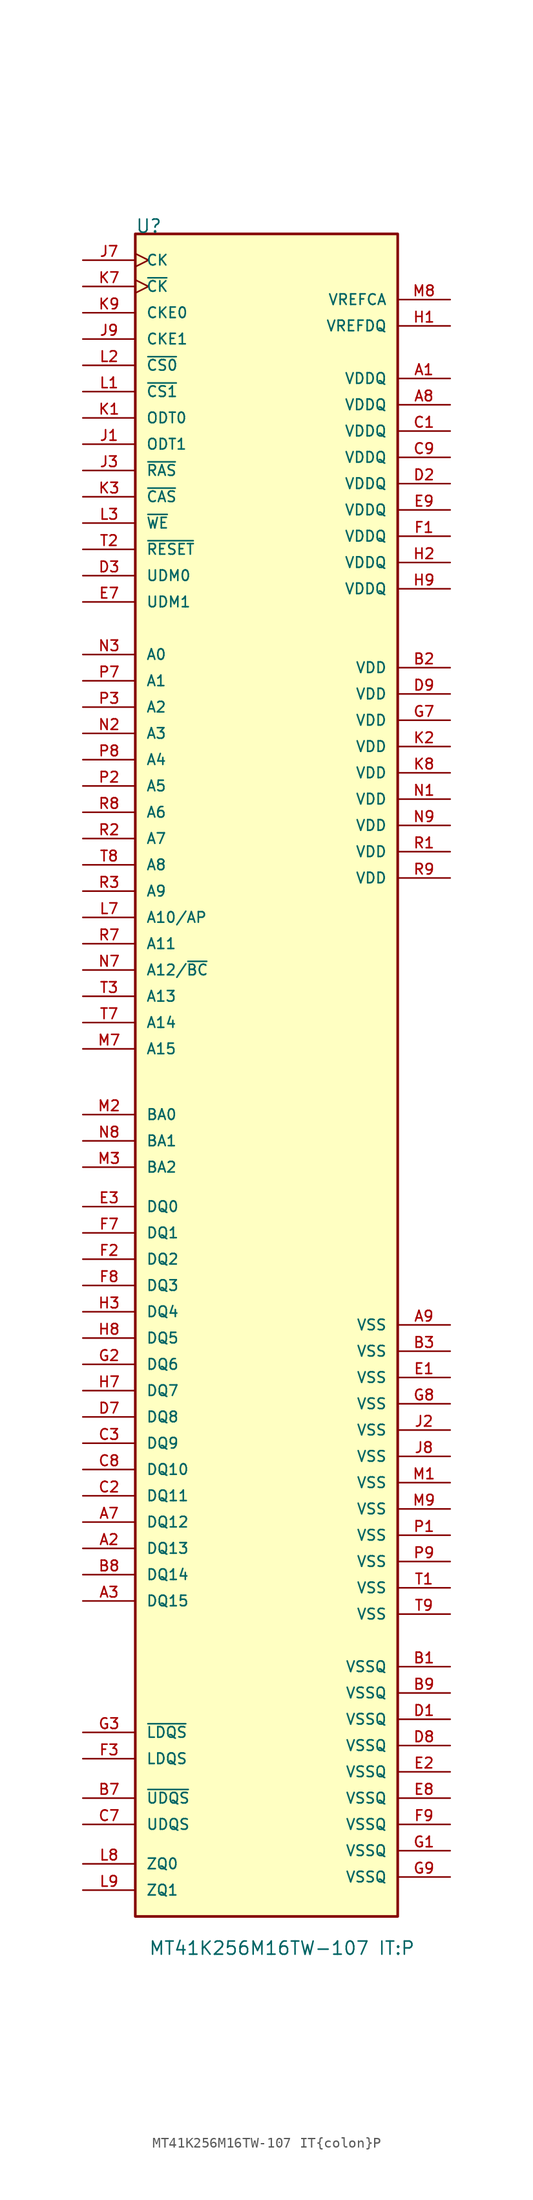
<source format=kicad_sym>
(kicad_symbol_lib
  (version 20211014)
  (generator kicad_symbol_editor)
  (symbol "MT41K256M16TW-107 IT{colon}P"
    (pin_names
      (offset 1.016))
    (property "Reference" "U"
      (at -12.7 59.69 0)
      (effects (font (size 1.27 1.27)) (justify left bottom)))
    (property "Value" "MT41K256M16TW-107 IT{colon}P"
      (at -11.43 -106.68 0)
      (effects (font (size 1.27 1.27)) (justify left bottom)))
    (symbol "MT41K256M16TW-107 IT{colon}P_0_0"
      (rectangle (start -12.7 59.69) (end 12.7 -102.87) (stroke (width 0.254) (type default) (color 0 0 0 0)) (fill (type background)))
      (pin power_in line (at 17.78 45.72 180) (length 5.08) (name "VDDQ" (effects (font (size 1.016 1.016)))) (number "A1" (effects (font (size 1.016 1.016)))))
      (pin bidirectional line (at -17.78 -67.31 0) (length 5.08) (name "DQ13" (effects (font (size 1.016 1.016)))) (number "A2" (effects (font (size 1.016 1.016)))))
      (pin bidirectional line (at -17.78 -72.39 0) (length 5.08) (name "DQ15" (effects (font (size 1.016 1.016)))) (number "A3" (effects (font (size 1.016 1.016)))))
      (pin bidirectional line (at -17.78 -64.77 0) (length 5.08) (name "DQ12" (effects (font (size 1.016 1.016)))) (number "A7" (effects (font (size 1.016 1.016)))))
      (pin power_in line (at 17.78 43.18 180) (length 5.08) (name "VDDQ" (effects (font (size 1.016 1.016)))) (number "A8" (effects (font (size 1.016 1.016)))))
      (pin power_in line (at 17.78 -45.72 180) (length 5.08) (name "VSS" (effects (font (size 1.016 1.016)))) (number "A9" (effects (font (size 1.016 1.016)))))
      (pin power_in line (at 17.78 -78.74 180) (length 5.08) (name "VSSQ" (effects (font (size 1.016 1.016)))) (number "B1" (effects (font (size 1.016 1.016)))))
      (pin power_in line (at 17.78 17.78 180) (length 5.08) (name "VDD" (effects (font (size 1.016 1.016)))) (number "B2" (effects (font (size 1.016 1.016)))))
      (pin power_in line (at 17.78 -48.26 180) (length 5.08) (name "VSS" (effects (font (size 1.016 1.016)))) (number "B3" (effects (font (size 1.016 1.016)))))
      (pin bidirectional line (at -17.78 -91.44 0) (length 5.08) (name "~{UDQS}" (effects (font (size 1.016 1.016)))) (number "B7" (effects (font (size 1.016 1.016)))))
      (pin bidirectional line (at -17.78 -69.85 0) (length 5.08) (name "DQ14" (effects (font (size 1.016 1.016)))) (number "B8" (effects (font (size 1.016 1.016)))))
      (pin power_in line (at 17.78 -81.28 180) (length 5.08) (name "VSSQ" (effects (font (size 1.016 1.016)))) (number "B9" (effects (font (size 1.016 1.016)))))
      (pin power_in line (at 17.78 40.64 180) (length 5.08) (name "VDDQ" (effects (font (size 1.016 1.016)))) (number "C1" (effects (font (size 1.016 1.016)))))
      (pin bidirectional line (at -17.78 -62.23 0) (length 5.08) (name "DQ11" (effects (font (size 1.016 1.016)))) (number "C2" (effects (font (size 1.016 1.016)))))
      (pin bidirectional line (at -17.78 -57.15 0) (length 5.08) (name "DQ9" (effects (font (size 1.016 1.016)))) (number "C3" (effects (font (size 1.016 1.016)))))
      (pin bidirectional line (at -17.78 -93.98 0) (length 5.08) (name "UDQS" (effects (font (size 1.016 1.016)))) (number "C7" (effects (font (size 1.016 1.016)))))
      (pin bidirectional line (at -17.78 -59.69 0) (length 5.08) (name "DQ10" (effects (font (size 1.016 1.016)))) (number "C8" (effects (font (size 1.016 1.016)))))
      (pin power_in line (at 17.78 38.1 180) (length 5.08) (name "VDDQ" (effects (font (size 1.016 1.016)))) (number "C9" (effects (font (size 1.016 1.016)))))
      (pin power_in line (at 17.78 -83.82 180) (length 5.08) (name "VSSQ" (effects (font (size 1.016 1.016)))) (number "D1" (effects (font (size 1.016 1.016)))))
      (pin power_in line (at 17.78 35.56 180) (length 5.08) (name "VDDQ" (effects (font (size 1.016 1.016)))) (number "D2" (effects (font (size 1.016 1.016)))))
      (pin input line (at -17.78 26.67 0) (length 5.08) (name "UDM0" (effects (font (size 1.016 1.016)))) (number "D3" (effects (font (size 1.016 1.016)))))
      (pin bidirectional line (at -17.78 -54.61 0) (length 5.08) (name "DQ8" (effects (font (size 1.016 1.016)))) (number "D7" (effects (font (size 1.016 1.016)))))
      (pin power_in line (at 17.78 -86.36 180) (length 5.08) (name "VSSQ" (effects (font (size 1.016 1.016)))) (number "D8" (effects (font (size 1.016 1.016)))))
      (pin power_in line (at 17.78 15.24 180) (length 5.08) (name "VDD" (effects (font (size 1.016 1.016)))) (number "D9" (effects (font (size 1.016 1.016)))))
      (pin power_in line (at 17.78 -50.8 180) (length 5.08) (name "VSS" (effects (font (size 1.016 1.016)))) (number "E1" (effects (font (size 1.016 1.016)))))
      (pin power_in line (at 17.78 -88.9 180) (length 5.08) (name "VSSQ" (effects (font (size 1.016 1.016)))) (number "E2" (effects (font (size 1.016 1.016)))))
      (pin bidirectional line (at -17.78 -34.29 0) (length 5.08) (name "DQ0" (effects (font (size 1.016 1.016)))) (number "E3" (effects (font (size 1.016 1.016)))))
      (pin input line (at -17.78 24.13 0) (length 5.08) (name "UDM1" (effects (font (size 1.016 1.016)))) (number "E7" (effects (font (size 1.016 1.016)))))
      (pin power_in line (at 17.78 -91.44 180) (length 5.08) (name "VSSQ" (effects (font (size 1.016 1.016)))) (number "E8" (effects (font (size 1.016 1.016)))))
      (pin power_in line (at 17.78 33.02 180) (length 5.08) (name "VDDQ" (effects (font (size 1.016 1.016)))) (number "E9" (effects (font (size 1.016 1.016)))))
      (pin power_in line (at 17.78 30.48 180) (length 5.08) (name "VDDQ" (effects (font (size 1.016 1.016)))) (number "F1" (effects (font (size 1.016 1.016)))))
      (pin bidirectional line (at -17.78 -39.37 0) (length 5.08) (name "DQ2" (effects (font (size 1.016 1.016)))) (number "F2" (effects (font (size 1.016 1.016)))))
      (pin bidirectional line (at -17.78 -87.63 0) (length 5.08) (name "LDQS" (effects (font (size 1.016 1.016)))) (number "F3" (effects (font (size 1.016 1.016)))))
      (pin bidirectional line (at -17.78 -36.83 0) (length 5.08) (name "DQ1" (effects (font (size 1.016 1.016)))) (number "F7" (effects (font (size 1.016 1.016)))))
      (pin bidirectional line (at -17.78 -41.91 0) (length 5.08) (name "DQ3" (effects (font (size 1.016 1.016)))) (number "F8" (effects (font (size 1.016 1.016)))))
      (pin power_in line (at 17.78 -93.98 180) (length 5.08) (name "VSSQ" (effects (font (size 1.016 1.016)))) (number "F9" (effects (font (size 1.016 1.016)))))
      (pin power_in line (at 17.78 -96.52 180) (length 5.08) (name "VSSQ" (effects (font (size 1.016 1.016)))) (number "G1" (effects (font (size 1.016 1.016)))))
      (pin bidirectional line (at -17.78 -49.53 0) (length 5.08) (name "DQ6" (effects (font (size 1.016 1.016)))) (number "G2" (effects (font (size 1.016 1.016)))))
      (pin bidirectional line (at -17.78 -85.09 0) (length 5.08) (name "~{LDQS}" (effects (font (size 1.016 1.016)))) (number "G3" (effects (font (size 1.016 1.016)))))
      (pin power_in line (at 17.78 12.7 180) (length 5.08) (name "VDD" (effects (font (size 1.016 1.016)))) (number "G7" (effects (font (size 1.016 1.016)))))
      (pin power_in line (at 17.78 -53.34 180) (length 5.08) (name "VSS" (effects (font (size 1.016 1.016)))) (number "G8" (effects (font (size 1.016 1.016)))))
      (pin power_in line (at 17.78 -99.06 180) (length 5.08) (name "VSSQ" (effects (font (size 1.016 1.016)))) (number "G9" (effects (font (size 1.016 1.016)))))
      (pin power_in line (at 17.78 50.8 180) (length 5.08) (name "VREFDQ" (effects (font (size 1.016 1.016)))) (number "H1" (effects (font (size 1.016 1.016)))))
      (pin power_in line (at 17.78 27.94 180) (length 5.08) (name "VDDQ" (effects (font (size 1.016 1.016)))) (number "H2" (effects (font (size 1.016 1.016)))))
      (pin bidirectional line (at -17.78 -44.45 0) (length 5.08) (name "DQ4" (effects (font (size 1.016 1.016)))) (number "H3" (effects (font (size 1.016 1.016)))))
      (pin bidirectional line (at -17.78 -52.07 0) (length 5.08) (name "DQ7" (effects (font (size 1.016 1.016)))) (number "H7" (effects (font (size 1.016 1.016)))))
      (pin bidirectional line (at -17.78 -46.99 0) (length 5.08) (name "DQ5" (effects (font (size 1.016 1.016)))) (number "H8" (effects (font (size 1.016 1.016)))))
      (pin power_in line (at 17.78 25.4 180) (length 5.08) (name "VDDQ" (effects (font (size 1.016 1.016)))) (number "H9" (effects (font (size 1.016 1.016)))))
      (pin input line (at -17.78 39.37 0) (length 5.08) (name "ODT1" (effects (font (size 1.016 1.016)))) (number "J1" (effects (font (size 1.016 1.016)))))
      (pin power_in line (at 17.78 -55.88 180) (length 5.08) (name "VSS" (effects (font (size 1.016 1.016)))) (number "J2" (effects (font (size 1.016 1.016)))))
      (pin input line (at -17.78 36.83 0) (length 5.08) (name "~{RAS}" (effects (font (size 1.016 1.016)))) (number "J3" (effects (font (size 1.016 1.016)))))
      (pin input clock (at -17.78 57.15 0) (length 5.08) (name "CK" (effects (font (size 1.016 1.016)))) (number "J7" (effects (font (size 1.016 1.016)))))
      (pin power_in line (at 17.78 -58.42 180) (length 5.08) (name "VSS" (effects (font (size 1.016 1.016)))) (number "J8" (effects (font (size 1.016 1.016)))))
      (pin input line (at -17.78 49.53 0) (length 5.08) (name "CKE1" (effects (font (size 1.016 1.016)))) (number "J9" (effects (font (size 1.016 1.016)))))
      (pin input line (at -17.78 41.91 0) (length 5.08) (name "ODT0" (effects (font (size 1.016 1.016)))) (number "K1" (effects (font (size 1.016 1.016)))))
      (pin power_in line (at 17.78 10.16 180) (length 5.08) (name "VDD" (effects (font (size 1.016 1.016)))) (number "K2" (effects (font (size 1.016 1.016)))))
      (pin input line (at -17.78 34.29 0) (length 5.08) (name "~{CAS}" (effects (font (size 1.016 1.016)))) (number "K3" (effects (font (size 1.016 1.016)))))
      (pin input clock (at -17.78 54.61 0) (length 5.08) (name "~{CK}" (effects (font (size 1.016 1.016)))) (number "K7" (effects (font (size 1.016 1.016)))))
      (pin power_in line (at 17.78 7.62 180) (length 5.08) (name "VDD" (effects (font (size 1.016 1.016)))) (number "K8" (effects (font (size 1.016 1.016)))))
      (pin input line (at -17.78 52.07 0) (length 5.08) (name "CKE0" (effects (font (size 1.016 1.016)))) (number "K9" (effects (font (size 1.016 1.016)))))
      (pin input line (at -17.78 44.45 0) (length 5.08) (name "~{CS1}" (effects (font (size 1.016 1.016)))) (number "L1" (effects (font (size 1.016 1.016)))))
      (pin input line (at -17.78 46.99 0) (length 5.08) (name "~{CS0}" (effects (font (size 1.016 1.016)))) (number "L2" (effects (font (size 1.016 1.016)))))
      (pin input line (at -17.78 31.75 0) (length 5.08) (name "~{WE}" (effects (font (size 1.016 1.016)))) (number "L3" (effects (font (size 1.016 1.016)))))
      (pin input line (at -17.78 -6.35 0) (length 5.08) (name "A10/AP" (effects (font (size 1.016 1.016)))) (number "L7" (effects (font (size 1.016 1.016)))))
      (pin passive line (at -17.78 -97.79 0) (length 5.08) (name "ZQ0" (effects (font (size 1.016 1.016)))) (number "L8" (effects (font (size 1.016 1.016)))))
      (pin passive line (at -17.78 -100.33 0) (length 5.08) (name "ZQ1" (effects (font (size 1.016 1.016)))) (number "L9" (effects (font (size 1.016 1.016)))))
      (pin power_in line (at 17.78 -60.96 180) (length 5.08) (name "VSS" (effects (font (size 1.016 1.016)))) (number "M1" (effects (font (size 1.016 1.016)))))
      (pin input line (at -17.78 -25.4 0) (length 5.08) (name "BA0" (effects (font (size 1.016 1.016)))) (number "M2" (effects (font (size 1.016 1.016)))))
      (pin input line (at -17.78 -30.48 0) (length 5.08) (name "BA2" (effects (font (size 1.016 1.016)))) (number "M3" (effects (font (size 1.016 1.016)))))
      (pin input line (at -17.78 -19.05 0) (length 5.08) (name "A15" (effects (font (size 1.016 1.016)))) (number "M7" (effects (font (size 1.016 1.016)))))
      (pin power_in line (at 17.78 53.34 180) (length 5.08) (name "VREFCA" (effects (font (size 1.016 1.016)))) (number "M8" (effects (font (size 1.016 1.016)))))
      (pin power_in line (at 17.78 -63.5 180) (length 5.08) (name "VSS" (effects (font (size 1.016 1.016)))) (number "M9" (effects (font (size 1.016 1.016)))))
      (pin power_in line (at 17.78 5.08 180) (length 5.08) (name "VDD" (effects (font (size 1.016 1.016)))) (number "N1" (effects (font (size 1.016 1.016)))))
      (pin input line (at -17.78 11.43 0) (length 5.08) (name "A3" (effects (font (size 1.016 1.016)))) (number "N2" (effects (font (size 1.016 1.016)))))
      (pin input line (at -17.78 19.05 0) (length 5.08) (name "A0" (effects (font (size 1.016 1.016)))) (number "N3" (effects (font (size 1.016 1.016)))))
      (pin input line (at -17.78 -11.43 0) (length 5.08) (name "A12/~{BC}" (effects (font (size 1.016 1.016)))) (number "N7" (effects (font (size 1.016 1.016)))))
      (pin input line (at -17.78 -27.94 0) (length 5.08) (name "BA1" (effects (font (size 1.016 1.016)))) (number "N8" (effects (font (size 1.016 1.016)))))
      (pin power_in line (at 17.78 2.54 180) (length 5.08) (name "VDD" (effects (font (size 1.016 1.016)))) (number "N9" (effects (font (size 1.016 1.016)))))
      (pin power_in line (at 17.78 -66.04 180) (length 5.08) (name "VSS" (effects (font (size 1.016 1.016)))) (number "P1" (effects (font (size 1.016 1.016)))))
      (pin input line (at -17.78 6.35 0) (length 5.08) (name "A5" (effects (font (size 1.016 1.016)))) (number "P2" (effects (font (size 1.016 1.016)))))
      (pin input line (at -17.78 13.97 0) (length 5.08) (name "A2" (effects (font (size 1.016 1.016)))) (number "P3" (effects (font (size 1.016 1.016)))))
      (pin input line (at -17.78 16.51 0) (length 5.08) (name "A1" (effects (font (size 1.016 1.016)))) (number "P7" (effects (font (size 1.016 1.016)))))
      (pin input line (at -17.78 8.89 0) (length 5.08) (name "A4" (effects (font (size 1.016 1.016)))) (number "P8" (effects (font (size 1.016 1.016)))))
      (pin power_in line (at 17.78 -68.58 180) (length 5.08) (name "VSS" (effects (font (size 1.016 1.016)))) (number "P9" (effects (font (size 1.016 1.016)))))
      (pin power_in line (at 17.78 0 180) (length 5.08) (name "VDD" (effects (font (size 1.016 1.016)))) (number "R1" (effects (font (size 1.016 1.016)))))
      (pin input line (at -17.78 1.27 0) (length 5.08) (name "A7" (effects (font (size 1.016 1.016)))) (number "R2" (effects (font (size 1.016 1.016)))))
      (pin input line (at -17.78 -3.81 0) (length 5.08) (name "A9" (effects (font (size 1.016 1.016)))) (number "R3" (effects (font (size 1.016 1.016)))))
      (pin input line (at -17.78 -8.89 0) (length 5.08) (name "A11" (effects (font (size 1.016 1.016)))) (number "R7" (effects (font (size 1.016 1.016)))))
      (pin input line (at -17.78 3.81 0) (length 5.08) (name "A6" (effects (font (size 1.016 1.016)))) (number "R8" (effects (font (size 1.016 1.016)))))
      (pin power_in line (at 17.78 -2.54 180) (length 5.08) (name "VDD" (effects (font (size 1.016 1.016)))) (number "R9" (effects (font (size 1.016 1.016)))))
      (pin power_in line (at 17.78 -71.12 180) (length 5.08) (name "VSS" (effects (font (size 1.016 1.016)))) (number "T1" (effects (font (size 1.016 1.016)))))
      (pin input line (at -17.78 29.21 0) (length 5.08) (name "~{RESET}" (effects (font (size 1.016 1.016)))) (number "T2" (effects (font (size 1.016 1.016)))))
      (pin input line (at -17.78 -13.97 0) (length 5.08) (name "A13" (effects (font (size 1.016 1.016)))) (number "T3" (effects (font (size 1.016 1.016)))))
      (pin input line (at -17.78 -16.51 0) (length 5.08) (name "A14" (effects (font (size 1.016 1.016)))) (number "T7" (effects (font (size 1.016 1.016)))))
      (pin input line (at -17.78 -1.27 0) (length 5.08) (name "A8" (effects (font (size 1.016 1.016)))) (number "T8" (effects (font (size 1.016 1.016)))))
      (pin power_in line (at 17.78 -73.66 180) (length 5.08) (name "VSS" (effects (font (size 1.016 1.016)))) (number "T9" (effects (font (size 1.016 1.016))))))))
</source>
